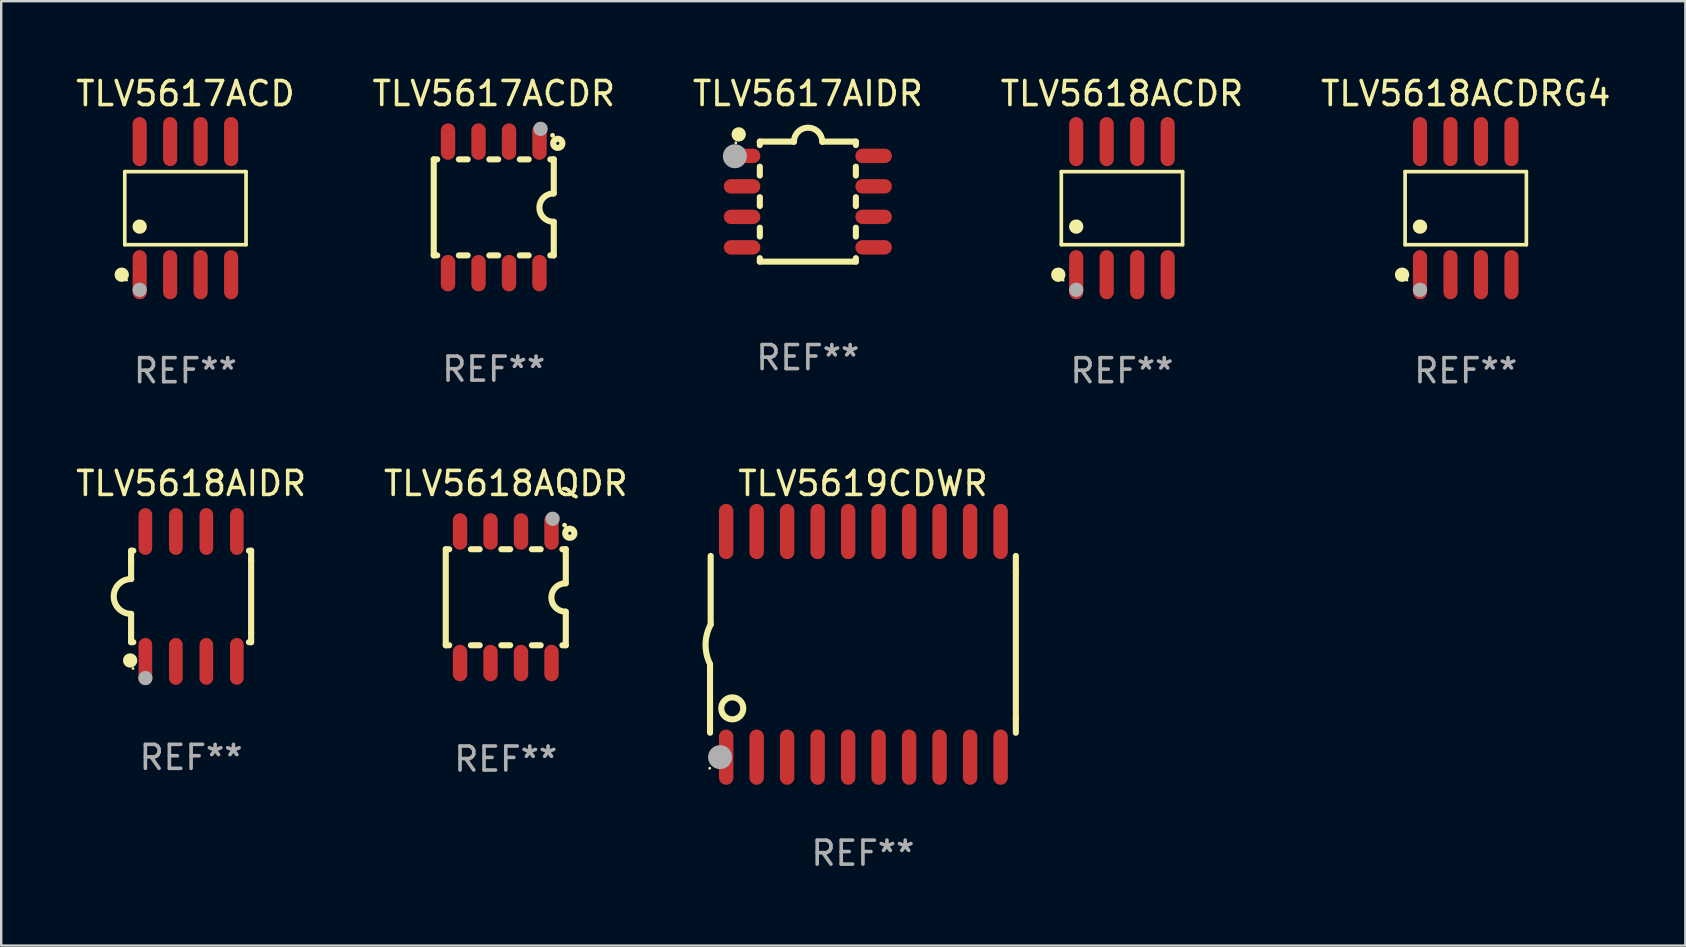
<source format=kicad_pcb>
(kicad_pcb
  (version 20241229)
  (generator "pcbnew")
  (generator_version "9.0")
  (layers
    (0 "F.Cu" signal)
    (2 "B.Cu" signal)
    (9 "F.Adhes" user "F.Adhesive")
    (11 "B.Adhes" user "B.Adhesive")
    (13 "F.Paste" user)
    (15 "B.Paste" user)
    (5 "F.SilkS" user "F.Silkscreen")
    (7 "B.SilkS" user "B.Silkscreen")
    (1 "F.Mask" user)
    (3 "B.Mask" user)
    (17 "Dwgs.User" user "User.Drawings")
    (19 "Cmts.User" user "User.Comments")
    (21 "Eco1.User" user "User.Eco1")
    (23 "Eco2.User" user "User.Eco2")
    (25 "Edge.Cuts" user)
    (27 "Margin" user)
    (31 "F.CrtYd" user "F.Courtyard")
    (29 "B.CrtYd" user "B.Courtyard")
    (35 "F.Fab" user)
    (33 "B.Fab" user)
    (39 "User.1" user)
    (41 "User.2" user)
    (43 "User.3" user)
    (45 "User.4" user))
  (footprint "TLV5617ACDR"
    (layer "F.Cu")
    (at 17.518 5.588)
    (property "Reference" "TLV5617ACDR" (at 0 -4.74 0) (layer "F.SilkS") (effects (font (size 1 1) (thickness 0.15))))
    (attr through_hole)
    (fp_line (start -2.5 2) (end -2.5 -2) (stroke (width 0.254) (type solid)) (layer "F.SilkS"))
    (fp_line (start -2.356 -2) (end -2.5 -2) (stroke (width 0.254) (type solid)) (layer "F.SilkS"))
    (fp_line (start -2.356 2) (end -2.5 2) (stroke (width 0.254) (type solid)) (layer "F.SilkS"))
    (fp_line (start -1.086 -2) (end -1.454 -2) (stroke (width 0.254) (type solid)) (layer "F.SilkS"))
    (fp_line (start -1.086 2) (end -1.454 2) (stroke (width 0.254) (type solid)) (layer "F.SilkS"))
    (fp_line (start 0.184 -2) (end -0.184 -2) (stroke (width 0.254) (type solid)) (layer "F.SilkS"))
    (fp_line (start 0.184 2) (end -0.184 2) (stroke (width 0.254) (type solid)) (layer "F.SilkS"))
    (fp_line (start 1.454 -2) (end 1.086 -2) (stroke (width 0.254) (type solid)) (layer "F.SilkS"))
    (fp_line (start 1.454 2) (end 1.086 2) (stroke (width 0.254) (type solid)) (layer "F.SilkS"))
    (fp_line (start 2.5 -2) (end 2.356 -2) (stroke (width 0.254) (type solid)) (layer "F.SilkS"))
    (fp_line (start 2.5 -0.58) (end 2.5 -2) (stroke (width 0.254) (type solid)) (layer "F.SilkS"))
    (fp_line (start 2.5 2) (end 2.356 2) (stroke (width 0.254) (type solid)) (layer "F.SilkS"))
    (fp_line (start 2.5 2) (end 2.5 0.6) (stroke (width 0.254) (type solid)) (layer "F.SilkS"))
    (fp_arc (start 2.489992 0.600051) (mid 1.901674 0.010046) (end 2.489992 -0.579959) (stroke (width 0.254001) (type solid)) (layer "F.SilkS"))
    (fp_circle (center 2.45 -3) (end 2.5 -3) (stroke (width 0.1) (type solid)) (fill no) (layer "F.SilkS"))
    (fp_circle (center 2.667 -2.667) (end 2.858 -2.667) (stroke (width 0.254) (type solid)) (fill no) (layer "F.SilkS"))
    (fp_circle (center 1.95 -3.27) (end 2.1 -3.27) (stroke (width 0.3) (type solid)) (fill no) (layer "F.Fab"))
    (fp_text user "REF**" (at 0 6.74 0) (layer "F.Fab") (effects (font (size 1 1) (thickness 0.15))))
    (pad "1" smd oval (at 1.905 -2.74) (size 0.6 1.52) (layers "F.Cu" "F.Mask" "F.Paste"))
    (pad "2" smd oval (at 0.635 -2.74) (size 0.6 1.52) (layers "F.Cu" "F.Mask" "F.Paste"))
    (pad "3" smd oval (at -0.635 -2.74) (size 0.6 1.52) (layers "F.Cu" "F.Mask" "F.Paste"))
    (pad "4" smd oval (at -1.905 -2.74) (size 0.6 1.52) (layers "F.Cu" "F.Mask" "F.Paste"))
    (pad "5" smd oval (at -1.905 2.74) (size 0.6 1.52) (layers "F.Cu" "F.Mask" "F.Paste"))
    (pad "6" smd oval (at -0.635 2.74) (size 0.6 1.52) (layers "F.Cu" "F.Mask" "F.Paste"))
    (pad "7" smd oval (at 0.635 2.74) (size 0.6 1.52) (layers "F.Cu" "F.Mask" "F.Paste"))
    (pad "8" smd oval (at 1.905 2.74) (size 0.6 1.52) (layers "F.Cu" "F.Mask" "F.Paste")))
  (footprint "TLV5618ACDR"
    (layer "F.Cu")
    (at 43.685 5.621)
    (property "Reference" "TLV5618ACDR" (at 0 -4.772 0) (layer "F.SilkS") (effects (font (size 1 1) (thickness 0.15))))
    (attr through_hole)
    (fp_line (start -2.526 -1.521) (end 2.526 -1.521) (stroke (width 0.152) (type solid)) (layer "F.SilkS"))
    (fp_line (start -2.526 1.521) (end -2.526 -1.521) (stroke (width 0.152) (type solid)) (layer "F.SilkS"))
    (fp_line (start 2.526 -1.521) (end 2.526 1.521) (stroke (width 0.152) (type solid)) (layer "F.SilkS"))
    (fp_line (start 2.526 1.521) (end -2.526 1.521) (stroke (width 0.152) (type solid)) (layer "F.SilkS"))
    (fp_circle (center -2.652 2.772) (end -2.501 2.772) (stroke (width 0.3) (type solid)) (fill no) (layer "F.SilkS"))
    (fp_circle (center -2.45 3) (end -2.42 3) (stroke (width 0.06) (type solid)) (fill no) (layer "F.SilkS"))
    (fp_circle (center -1.905 0.769) (end -1.755 0.769) (stroke (width 0.3) (type solid)) (fill no) (layer "F.SilkS"))
    (fp_circle (center -1.905 3.4) (end -1.755 3.4) (stroke (width 0.3) (type solid)) (fill no) (layer "F.Fab"))
    (fp_text user "REF**" (at 0 6.772 0) (layer "F.Fab") (effects (font (size 1 1) (thickness 0.15))))
    (pad "1" smd oval (at -1.905 2.772) (size 0.588 2.045) (layers "F.Cu" "F.Mask" "F.Paste"))
    (pad "2" smd oval (at -0.635 2.772) (size 0.588 2.045) (layers "F.Cu" "F.Mask" "F.Paste"))
    (pad "3" smd oval (at 0.635 2.772) (size 0.588 2.045) (layers "F.Cu" "F.Mask" "F.Paste"))
    (pad "4" smd oval (at 1.905 2.772) (size 0.588 2.045) (layers "F.Cu" "F.Mask" "F.Paste"))
    (pad "5" smd oval (at 1.905 -2.772) (size 0.588 2.045) (layers "F.Cu" "F.Mask" "F.Paste"))
    (pad "6" smd oval (at 0.635 -2.772) (size 0.588 2.045) (layers "F.Cu" "F.Mask" "F.Paste"))
    (pad "7" smd oval (at -0.635 -2.772) (size 0.588 2.045) (layers "F.Cu" "F.Mask" "F.Paste"))
    (pad "8" smd oval (at -1.905 -2.772) (size 0.588 2.045) (layers "F.Cu" "F.Mask" "F.Paste")))
  (footprint "TLV5617AIDR"
    (layer "F.Cu")
    (at 30.601 5.348)
    (property "Reference" "TLV5617AIDR" (at 0 -4.5 0) (layer "F.SilkS") (effects (font (size 1 1) (thickness 0.15))))
    (attr through_hole)
    (fp_line (start -2 -2.5) (end -2 -2.356) (stroke (width 0.254) (type solid)) (layer "F.SilkS"))
    (fp_line (start -2 -1.454) (end -2 -1.086) (stroke (width 0.254) (type solid)) (layer "F.SilkS"))
    (fp_line (start -2 -0.184) (end -2 0.184) (stroke (width 0.254) (type solid)) (layer "F.SilkS"))
    (fp_line (start -2 1.086) (end -2 1.454) (stroke (width 0.254) (type solid)) (layer "F.SilkS"))
    (fp_line (start -2 2.356) (end -2 2.5) (stroke (width 0.254) (type solid)) (layer "F.SilkS"))
    (fp_line (start -0.58 -2.5) (end -2 -2.5) (stroke (width 0.254) (type solid)) (layer "F.SilkS"))
    (fp_line (start 2 -2.5) (end 0.6 -2.5) (stroke (width 0.254) (type solid)) (layer "F.SilkS"))
    (fp_line (start 2 -2.5) (end 2 -2.356) (stroke (width 0.254) (type solid)) (layer "F.SilkS"))
    (fp_line (start 2 -1.454) (end 2 -1.086) (stroke (width 0.254) (type solid)) (layer "F.SilkS"))
    (fp_line (start 2 -0.184) (end 2 0.184) (stroke (width 0.254) (type solid)) (layer "F.SilkS"))
    (fp_line (start 2 1.086) (end 2 1.454) (stroke (width 0.254) (type solid)) (layer "F.SilkS"))
    (fp_line (start 2 2.356) (end 2 2.5) (stroke (width 0.254) (type solid)) (layer "F.SilkS"))
    (fp_line (start 2 2.5) (end -2 2.5) (stroke (width 0.254) (type solid)) (layer "F.SilkS"))
    (fp_arc (start -0.579908 -2.489992) (mid 0.010097 -3.07831) (end 0.600102 -2.489992) (stroke (width 0.254001) (type solid)) (layer "F.SilkS"))
    (fp_circle (center -3 -2.45) (end -2.97 -2.45) (stroke (width 0.06) (type solid)) (fill no) (layer "F.SilkS"))
    (fp_circle (center -2.88 -2.8) (end -2.73 -2.8) (stroke (width 0.3) (type solid)) (fill no) (layer "F.SilkS"))
    (fp_circle (center -3.04 -1.89) (end -2.79 -1.89) (stroke (width 0.5) (type solid)) (fill no) (layer "F.Fab"))
    (fp_text user "REF**" (at 0 6.5 0) (layer "F.Fab") (effects (font (size 1 1) (thickness 0.15))))
    (pad "1" smd oval (at -2.74 -1.905 90) (size 0.6 1.52) (layers "F.Cu" "F.Mask" "F.Paste"))
    (pad "2" smd oval (at -2.74 -0.635 90) (size 0.6 1.52) (layers "F.Cu" "F.Mask" "F.Paste"))
    (pad "3" smd oval (at -2.74 0.635 90) (size 0.6 1.52) (layers "F.Cu" "F.Mask" "F.Paste"))
    (pad "4" smd oval (at -2.74 1.905 90) (size 0.6 1.52) (layers "F.Cu" "F.Mask" "F.Paste"))
    (pad "5" smd oval (at 2.74 1.905 90) (size 0.6 1.52) (layers "F.Cu" "F.Mask" "F.Paste"))
    (pad "6" smd oval (at 2.74 0.635 90) (size 0.6 1.52) (layers "F.Cu" "F.Mask" "F.Paste"))
    (pad "7" smd oval (at 2.74 -0.635 90) (size 0.6 1.52) (layers "F.Cu" "F.Mask" "F.Paste"))
    (pad "8" smd oval (at 2.74 -1.905 90) (size 0.6 1.52) (layers "F.Cu" "F.Mask" "F.Paste")))
  (footprint "TLV5618AIDR"
    (layer "F.Cu")
    (at 4.911 21.795)
    (property "Reference" "TLV5618AIDR" (at 0 -4.705 0) (layer "F.SilkS") (effects (font (size 1 1) (thickness 0.15))))
    (attr through_hole)
    (fp_line (start -2.5 -1.905) (end -2.409 -1.905) (stroke (width 0.254) (type solid)) (layer "F.SilkS"))
    (fp_line (start -2.5 -1.5) (end -2.5 -1.905) (stroke (width 0.254) (type solid)) (layer "F.SilkS"))
    (fp_line (start -2.5 -1.5) (end -2.5 -0.726) (stroke (width 0.254) (type solid)) (layer "F.SilkS"))
    (fp_line (start -2.5 1.5) (end -2.5 0.727) (stroke (width 0.254) (type solid)) (layer "F.SilkS"))
    (fp_line (start -2.5 1.5) (end -2.5 1.905) (stroke (width 0.254) (type solid)) (layer "F.SilkS"))
    (fp_line (start -2.5 1.905) (end -2.409 1.905) (stroke (width 0.254) (type solid)) (layer "F.SilkS"))
    (fp_line (start 2.5 -1.905) (end 2.409 -1.905) (stroke (width 0.254) (type solid)) (layer "F.SilkS"))
    (fp_line (start 2.5 -1.5) (end 2.5 -1.905) (stroke (width 0.254) (type solid)) (layer "F.SilkS"))
    (fp_line (start 2.5 -1.5) (end 2.5 1.5) (stroke (width 0.254) (type solid)) (layer "F.SilkS"))
    (fp_line (start 2.5 1.5) (end 2.5 1.905) (stroke (width 0.254) (type solid)) (layer "F.SilkS"))
    (fp_line (start 2.5 1.905) (end 2.409 1.905) (stroke (width 0.254) (type solid)) (layer "F.SilkS"))
    (fp_arc (start -2.5 0.726568) (mid -3.220316 -0.0023) (end -2.495097 -0.726289) (stroke (width 0.254001) (type solid)) (layer "F.SilkS"))
    (fp_circle (center -2.54 2.667) (end -2.39 2.667) (stroke (width 0.3) (type solid)) (fill no) (layer "F.SilkS"))
    (fp_circle (center -2.42 3) (end -2.39 3) (stroke (width 0.06) (type solid)) (fill no) (layer "F.SilkS"))
    (fp_circle (center -1.905 3.4) (end -1.755 3.4) (stroke (width 0.3) (type solid)) (fill no) (layer "F.Fab"))
    (fp_text user "REF**" (at 0 6.705 0) (layer "F.Fab") (effects (font (size 1 1) (thickness 0.15))))
    (pad "1" smd oval (at -1.905 2.705) (size 0.568 1.95) (layers "F.Cu" "F.Mask" "F.Paste"))
    (pad "2" smd oval (at -0.635 2.705) (size 0.568 1.95) (layers "F.Cu" "F.Mask" "F.Paste"))
    (pad "3" smd oval (at 0.635 2.705) (size 0.568 1.95) (layers "F.Cu" "F.Mask" "F.Paste"))
    (pad "4" smd oval (at 1.905 2.705) (size 0.568 1.95) (layers "F.Cu" "F.Mask" "F.Paste"))
    (pad "5" smd oval (at 1.905 -2.705) (size 0.568 1.95) (layers "F.Cu" "F.Mask" "F.Paste"))
    (pad "6" smd oval (at 0.635 -2.705) (size 0.568 1.95) (layers "F.Cu" "F.Mask" "F.Paste"))
    (pad "7" smd oval (at -0.635 -2.705) (size 0.568 1.95) (layers "F.Cu" "F.Mask" "F.Paste"))
    (pad "8" smd oval (at -1.905 -2.705) (size 0.568 1.95) (layers "F.Cu" "F.Mask" "F.Paste")))
  (footprint "TLV5617ACD"
    (layer "F.Cu")
    (at 4.673 5.621)
    (property "Reference" "TLV5617ACD" (at 0 -4.772 0) (layer "F.SilkS") (effects (font (size 1 1) (thickness 0.15))))
    (attr through_hole)
    (fp_line (start -2.526 -1.521) (end 2.526 -1.521) (stroke (width 0.152) (type solid)) (layer "F.SilkS"))
    (fp_line (start -2.526 1.521) (end -2.526 -1.521) (stroke (width 0.152) (type solid)) (layer "F.SilkS"))
    (fp_line (start 2.526 -1.521) (end 2.526 1.521) (stroke (width 0.152) (type solid)) (layer "F.SilkS"))
    (fp_line (start 2.526 1.521) (end -2.526 1.521) (stroke (width 0.152) (type solid)) (layer "F.SilkS"))
    (fp_circle (center -2.652 2.772) (end -2.501 2.772) (stroke (width 0.3) (type solid)) (fill no) (layer "F.SilkS"))
    (fp_circle (center -2.45 3) (end -2.42 3) (stroke (width 0.06) (type solid)) (fill no) (layer "F.SilkS"))
    (fp_circle (center -1.905 0.769) (end -1.755 0.769) (stroke (width 0.3) (type solid)) (fill no) (layer "F.SilkS"))
    (fp_circle (center -1.905 3.4) (end -1.755 3.4) (stroke (width 0.3) (type solid)) (fill no) (layer "F.Fab"))
    (fp_text user "REF**" (at 0 6.772 0) (layer "F.Fab") (effects (font (size 1 1) (thickness 0.15))))
    (pad "1" smd oval (at -1.905 2.772) (size 0.588 2.045) (layers "F.Cu" "F.Mask" "F.Paste"))
    (pad "2" smd oval (at -0.635 2.772) (size 0.588 2.045) (layers "F.Cu" "F.Mask" "F.Paste"))
    (pad "3" smd oval (at 0.635 2.772) (size 0.588 2.045) (layers "F.Cu" "F.Mask" "F.Paste"))
    (pad "4" smd oval (at 1.905 2.772) (size 0.588 2.045) (layers "F.Cu" "F.Mask" "F.Paste"))
    (pad "5" smd oval (at 1.905 -2.772) (size 0.588 2.045) (layers "F.Cu" "F.Mask" "F.Paste"))
    (pad "6" smd oval (at 0.635 -2.772) (size 0.588 2.045) (layers "F.Cu" "F.Mask" "F.Paste"))
    (pad "7" smd oval (at -0.635 -2.772) (size 0.588 2.045) (layers "F.Cu" "F.Mask" "F.Paste"))
    (pad "8" smd oval (at -1.905 -2.772) (size 0.588 2.045) (layers "F.Cu" "F.Mask" "F.Paste")))
  (footprint "TLV5618AQDR"
    (layer "F.Cu")
    (at 18.018 21.829)
    (property "Reference" "TLV5618AQDR" (at 0 -4.74 0) (layer "F.SilkS") (effects (font (size 1 1) (thickness 0.15))))
    (attr through_hole)
    (fp_line (start -2.5 2) (end -2.5 -2) (stroke (width 0.254) (type solid)) (layer "F.SilkS"))
    (fp_line (start -2.356 -2) (end -2.5 -2) (stroke (width 0.254) (type solid)) (layer "F.SilkS"))
    (fp_line (start -2.356 2) (end -2.5 2) (stroke (width 0.254) (type solid)) (layer "F.SilkS"))
    (fp_line (start -1.086 -2) (end -1.454 -2) (stroke (width 0.254) (type solid)) (layer "F.SilkS"))
    (fp_line (start -1.086 2) (end -1.454 2) (stroke (width 0.254) (type solid)) (layer "F.SilkS"))
    (fp_line (start 0.184 -2) (end -0.184 -2) (stroke (width 0.254) (type solid)) (layer "F.SilkS"))
    (fp_line (start 0.184 2) (end -0.184 2) (stroke (width 0.254) (type solid)) (layer "F.SilkS"))
    (fp_line (start 1.454 -2) (end 1.086 -2) (stroke (width 0.254) (type solid)) (layer "F.SilkS"))
    (fp_line (start 1.454 2) (end 1.086 2) (stroke (width 0.254) (type solid)) (layer "F.SilkS"))
    (fp_line (start 2.5 -2) (end 2.356 -2) (stroke (width 0.254) (type solid)) (layer "F.SilkS"))
    (fp_line (start 2.5 -0.58) (end 2.5 -2) (stroke (width 0.254) (type solid)) (layer "F.SilkS"))
    (fp_line (start 2.5 2) (end 2.356 2) (stroke (width 0.254) (type solid)) (layer "F.SilkS"))
    (fp_line (start 2.5 2) (end 2.5 0.6) (stroke (width 0.254) (type solid)) (layer "F.SilkS"))
    (fp_arc (start 2.489992 0.600051) (mid 1.901674 0.010046) (end 2.489992 -0.579959) (stroke (width 0.254001) (type solid)) (layer "F.SilkS"))
    (fp_circle (center 2.45 -3) (end 2.5 -3) (stroke (width 0.1) (type solid)) (fill no) (layer "F.SilkS"))
    (fp_circle (center 2.667 -2.667) (end 2.858 -2.667) (stroke (width 0.254) (type solid)) (fill no) (layer "F.SilkS"))
    (fp_circle (center 1.95 -3.27) (end 2.1 -3.27) (stroke (width 0.3) (type solid)) (fill no) (layer "F.Fab"))
    (fp_text user "REF**" (at 0 6.74 0) (layer "F.Fab") (effects (font (size 1 1) (thickness 0.15))))
    (pad "1" smd oval (at 1.905 -2.74) (size 0.6 1.52) (layers "F.Cu" "F.Mask" "F.Paste"))
    (pad "2" smd oval (at 0.635 -2.74) (size 0.6 1.52) (layers "F.Cu" "F.Mask" "F.Paste"))
    (pad "3" smd oval (at -0.635 -2.74) (size 0.6 1.52) (layers "F.Cu" "F.Mask" "F.Paste"))
    (pad "4" smd oval (at -1.905 -2.74) (size 0.6 1.52) (layers "F.Cu" "F.Mask" "F.Paste"))
    (pad "5" smd oval (at -1.905 2.74) (size 0.6 1.52) (layers "F.Cu" "F.Mask" "F.Paste"))
    (pad "6" smd oval (at -0.635 2.74) (size 0.6 1.52) (layers "F.Cu" "F.Mask" "F.Paste"))
    (pad "7" smd oval (at 0.635 2.74) (size 0.6 1.52) (layers "F.Cu" "F.Mask" "F.Paste"))
    (pad "8" smd oval (at 1.905 2.74) (size 0.6 1.52) (layers "F.Cu" "F.Mask" "F.Paste")))
  (footprint "TLV5618ACDRG4"
    (layer "F.Cu")
    (at 58.006 5.621)
    (property "Reference" "TLV5618ACDRG4" (at 0 -4.772 0) (layer "F.SilkS") (effects (font (size 1 1) (thickness 0.15))))
    (attr through_hole)
    (fp_line (start -2.526 -1.521) (end 2.526 -1.521) (stroke (width 0.152) (type solid)) (layer "F.SilkS"))
    (fp_line (start -2.526 1.521) (end -2.526 -1.521) (stroke (width 0.152) (type solid)) (layer "F.SilkS"))
    (fp_line (start 2.526 -1.521) (end 2.526 1.521) (stroke (width 0.152) (type solid)) (layer "F.SilkS"))
    (fp_line (start 2.526 1.521) (end -2.526 1.521) (stroke (width 0.152) (type solid)) (layer "F.SilkS"))
    (fp_circle (center -2.652 2.772) (end -2.501 2.772) (stroke (width 0.3) (type solid)) (fill no) (layer "F.SilkS"))
    (fp_circle (center -2.45 3) (end -2.42 3) (stroke (width 0.06) (type solid)) (fill no) (layer "F.SilkS"))
    (fp_circle (center -1.905 0.769) (end -1.755 0.769) (stroke (width 0.3) (type solid)) (fill no) (layer "F.SilkS"))
    (fp_circle (center -1.905 3.4) (end -1.755 3.4) (stroke (width 0.3) (type solid)) (fill no) (layer "F.Fab"))
    (fp_text user "REF**" (at 0 6.772 0) (layer "F.Fab") (effects (font (size 1 1) (thickness 0.15))))
    (pad "1" smd oval (at -1.905 2.772) (size 0.588 2.045) (layers "F.Cu" "F.Mask" "F.Paste"))
    (pad "2" smd oval (at -0.635 2.772) (size 0.588 2.045) (layers "F.Cu" "F.Mask" "F.Paste"))
    (pad "3" smd oval (at 0.635 2.772) (size 0.588 2.045) (layers "F.Cu" "F.Mask" "F.Paste"))
    (pad "4" smd oval (at 1.905 2.772) (size 0.588 2.045) (layers "F.Cu" "F.Mask" "F.Paste"))
    (pad "5" smd oval (at 1.905 -2.772) (size 0.588 2.045) (layers "F.Cu" "F.Mask" "F.Paste"))
    (pad "6" smd oval (at 0.635 -2.772) (size 0.588 2.045) (layers "F.Cu" "F.Mask" "F.Paste"))
    (pad "7" smd oval (at -0.635 -2.772) (size 0.588 2.045) (layers "F.Cu" "F.Mask" "F.Paste"))
    (pad "8" smd oval (at -1.905 -2.772) (size 0.588 2.045) (layers "F.Cu" "F.Mask" "F.Paste")))
  (footprint "TLV5619CDWR"
    (layer "F.Cu")
    (at 32.896 23.79)
    (property "Reference" "TLV5619CDWR" (at 0 -6.7 0) (layer "F.SilkS") (effects (font (size 1 1) (thickness 0.15))))
    (attr through_hole)
    (fp_line (start -6.369 0.826) (end -6.369 3.683) (stroke (width 0.254) (type solid)) (layer "F.SilkS"))
    (fp_line (start -6.343 -0.825) (end -6.343 -3.683) (stroke (width 0.254) (type solid)) (layer "F.SilkS"))
    (fp_line (start 6.369 -3.048) (end 6.369 -3.683) (stroke (width 0.254) (type solid)) (layer "F.SilkS"))
    (fp_line (start 6.369 -3.048) (end 6.369 3.096) (stroke (width 0.254) (type solid)) (layer "F.SilkS"))
    (fp_line (start 6.369 3.096) (end 6.369 3.683) (stroke (width 0.254) (type solid)) (layer "F.SilkS"))
    (fp_arc (start -6.36853 0.825552) (mid -6.554743 -0.00301) (end -6.343129 -0.825451) (stroke (width 0.254001) (type solid)) (layer "F.SilkS"))
    (fp_circle (center -6.382 5.163) (end -6.352 5.163) (stroke (width 0.06) (type solid)) (fill no) (layer "F.SilkS"))
    (fp_circle (center -5.443 2.667) (end -4.985 2.667) (stroke (width 0.254) (type solid)) (fill no) (layer "F.SilkS"))
    (fp_circle (center -5.951 4.699) (end -5.701 4.699) (stroke (width 0.5) (type solid)) (fill no) (layer "F.Fab"))
    (fp_text user "REF**" (at 0 8.7 0) (layer "F.Fab") (effects (font (size 1 1) (thickness 0.15))))
    (pad "1" smd oval (at -5.697 4.7 180) (size 0.6 2.3) (layers "F.Cu" "F.Mask" "F.Paste"))
    (pad "2" smd oval (at -4.427 4.7 180) (size 0.6 2.3) (layers "F.Cu" "F.Mask" "F.Paste"))
    (pad "3" smd oval (at -3.157 4.7 180) (size 0.6 2.3) (layers "F.Cu" "F.Mask" "F.Paste"))
    (pad "4" smd oval (at -1.887 4.7 180) (size 0.6 2.3) (layers "F.Cu" "F.Mask" "F.Paste"))
    (pad "5" smd oval (at -0.617 4.7 180) (size 0.6 2.3) (layers "F.Cu" "F.Mask" "F.Paste"))
    (pad "6" smd oval (at 0.653 4.7 180) (size 0.6 2.3) (layers "F.Cu" "F.Mask" "F.Paste"))
    (pad "7" smd oval (at 1.923 4.7 180) (size 0.6 2.3) (layers "F.Cu" "F.Mask" "F.Paste"))
    (pad "8" smd oval (at 3.193 4.7 180) (size 0.6 2.3) (layers "F.Cu" "F.Mask" "F.Paste"))
    (pad "9" smd oval (at 4.463 4.7 180) (size 0.6 2.3) (layers "F.Cu" "F.Mask" "F.Paste"))
    (pad "10" smd oval (at 5.734 4.7 180) (size 0.6 2.3) (layers "F.Cu" "F.Mask" "F.Paste"))
    (pad "11" smd oval (at 5.734 -4.7 180) (size 0.6 2.3) (layers "F.Cu" "F.Mask" "F.Paste"))
    (pad "12" smd oval (at 4.463 -4.7 180) (size 0.6 2.3) (layers "F.Cu" "F.Mask" "F.Paste"))
    (pad "13" smd oval (at 3.193 -4.7 180) (size 0.6 2.3) (layers "F.Cu" "F.Mask" "F.Paste"))
    (pad "14" smd oval (at 1.923 -4.7 180) (size 0.6 2.3) (layers "F.Cu" "F.Mask" "F.Paste"))
    (pad "15" smd oval (at 0.653 -4.7 180) (size 0.6 2.3) (layers "F.Cu" "F.Mask" "F.Paste"))
    (pad "16" smd oval (at -0.617 -4.7 180) (size 0.6 2.3) (layers "F.Cu" "F.Mask" "F.Paste"))
    (pad "17" smd oval (at -1.887 -4.7 180) (size 0.6 2.3) (layers "F.Cu" "F.Mask" "F.Paste"))
    (pad "18" smd oval (at -3.157 -4.7 180) (size 0.6 2.3) (layers "F.Cu" "F.Mask" "F.Paste"))
    (pad "19" smd oval (at -4.427 -4.7 180) (size 0.6 2.3) (layers "F.Cu" "F.Mask" "F.Paste"))
    (pad "20" smd oval (at -5.697 -4.7 180) (size 0.6 2.3) (layers "F.Cu" "F.Mask" "F.Paste")))
  (gr_rect
    (start -3 -3)
    (end 67.155 36.338)
    (stroke (width 0.1) (type default))
    (fill no)
    (layer "Edge.Cuts")))
</source>
